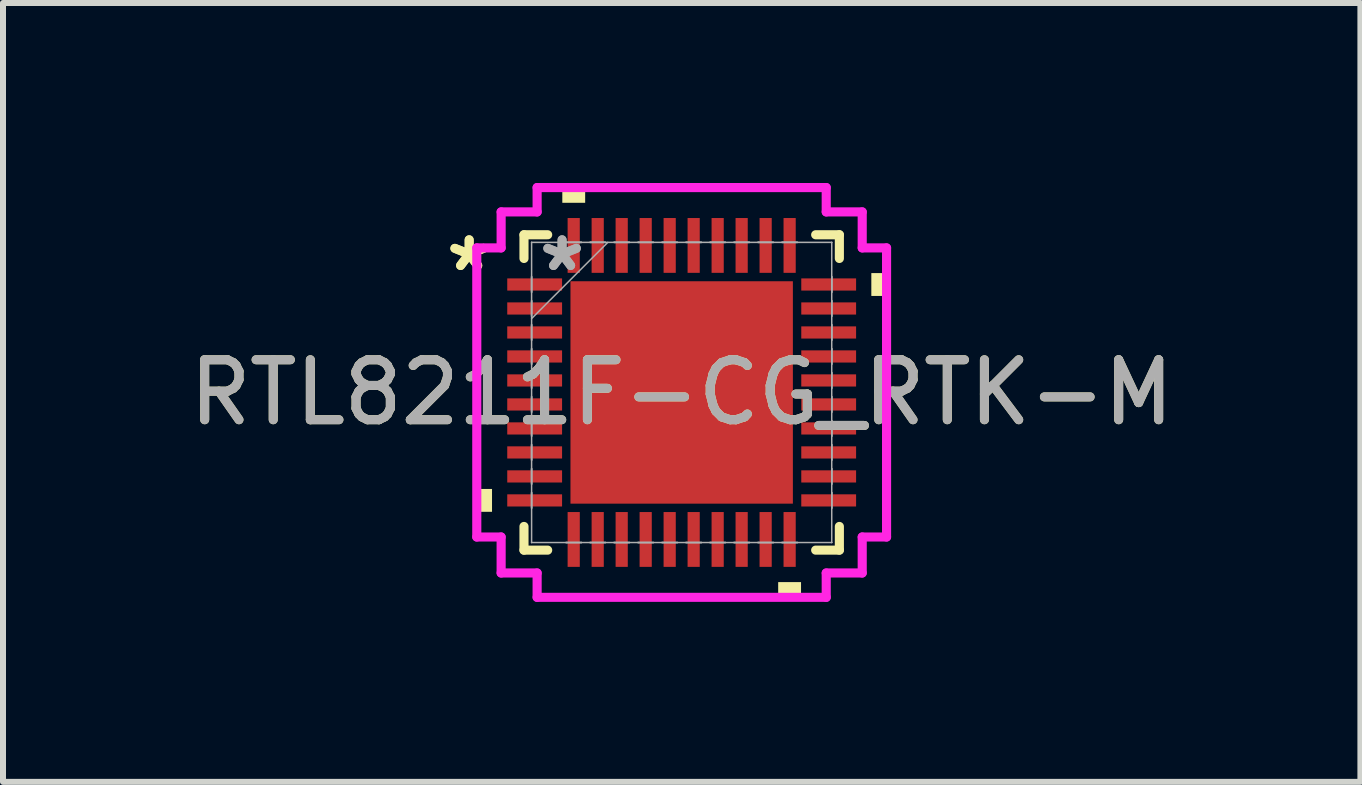
<source format=kicad_pcb>
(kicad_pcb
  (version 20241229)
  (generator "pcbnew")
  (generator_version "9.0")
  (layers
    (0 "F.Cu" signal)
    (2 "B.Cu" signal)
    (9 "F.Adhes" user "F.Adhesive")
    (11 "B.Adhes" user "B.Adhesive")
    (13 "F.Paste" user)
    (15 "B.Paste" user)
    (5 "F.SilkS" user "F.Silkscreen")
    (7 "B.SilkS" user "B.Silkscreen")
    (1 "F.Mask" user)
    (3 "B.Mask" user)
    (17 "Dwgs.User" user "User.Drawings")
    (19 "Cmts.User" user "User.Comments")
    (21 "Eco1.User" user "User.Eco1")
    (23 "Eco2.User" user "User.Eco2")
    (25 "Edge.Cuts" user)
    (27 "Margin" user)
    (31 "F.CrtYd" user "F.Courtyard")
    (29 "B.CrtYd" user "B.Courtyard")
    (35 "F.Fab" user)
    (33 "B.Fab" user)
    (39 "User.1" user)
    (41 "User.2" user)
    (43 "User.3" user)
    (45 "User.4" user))
  (footprint "RTL8211F-CG_RTK-M"
    (layer "F.Cu")
    (at 8.315 3.493)
    (property "Reference" "RTL8211F-CG_RTK-M" (at 0 0 0) (unlocked yes) (layer "F.SilkS") (effects (font (size 1 1) (thickness 0.15))))
    (attr smd)
    (fp_line (start -2.629 -2.629) (end -2.629 -2.234) (stroke (width 0.152) (type solid)) (layer "F.SilkS"))
    (fp_line (start -2.629 2.234) (end -2.629 2.629) (stroke (width 0.152) (type solid)) (layer "F.SilkS"))
    (fp_line (start -2.629 2.629) (end -2.234 2.629) (stroke (width 0.152) (type solid)) (layer "F.SilkS"))
    (fp_line (start -2.234 -2.629) (end -2.629 -2.629) (stroke (width 0.152) (type solid)) (layer "F.SilkS"))
    (fp_line (start 2.234 2.629) (end 2.629 2.629) (stroke (width 0.152) (type solid)) (layer "F.SilkS"))
    (fp_line (start 2.629 -2.629) (end 2.234 -2.629) (stroke (width 0.152) (type solid)) (layer "F.SilkS"))
    (fp_line (start 2.629 -2.234) (end 2.629 -2.629) (stroke (width 0.152) (type solid)) (layer "F.SilkS"))
    (fp_line (start 2.629 2.629) (end 2.629 2.234) (stroke (width 0.152) (type solid)) (layer "F.SilkS"))
    (fp_poly (pts (xy -3.416 1.609) (xy -3.416 1.99) (xy -3.162 1.99) (xy -3.162 1.609)) (stroke (width 0) (type solid)) (fill yes) (layer "F.SilkS"))
    (fp_poly (pts (xy -1.99 -3.162) (xy -1.99 -3.416) (xy -1.609 -3.416) (xy -1.609 -3.162)) (stroke (width 0) (type solid)) (fill yes) (layer "F.SilkS"))
    (fp_poly (pts (xy 1.609 3.162) (xy 1.609 3.416) (xy 1.99 3.416) (xy 1.99 3.162)) (stroke (width 0) (type solid)) (fill yes) (layer "F.SilkS"))
    (fp_poly (pts (xy 3.416 -1.99) (xy 3.416 -1.609) (xy 3.162 -1.609) (xy 3.162 -1.99)) (stroke (width 0) (type solid)) (fill yes) (layer "F.SilkS"))
    (fp_poly (pts (xy -1.754 -1.754) (xy -1.754 -0.1) (xy -0.1 -0.1) (xy -0.1 -1.754)) (stroke (width 0) (type solid)) (fill yes) (layer "F.Paste"))
    (fp_poly (pts (xy -1.754 0.1) (xy -1.754 1.754) (xy -0.1 1.754) (xy -0.1 0.1)) (stroke (width 0) (type solid)) (fill yes) (layer "F.Paste"))
    (fp_poly (pts (xy 0.1 -1.754) (xy 0.1 -0.1) (xy 1.754 -0.1) (xy 1.754 -1.754)) (stroke (width 0) (type solid)) (fill yes) (layer "F.Paste"))
    (fp_poly (pts (xy 0.1 0.1) (xy 0.1 1.754) (xy 1.754 1.754) (xy 1.754 0.1)) (stroke (width 0) (type solid)) (fill yes) (layer "F.Paste"))
    (fp_line (start -3.416 -2.41) (end -3.01 -2.41) (stroke (width 0.152) (type solid)) (layer "F.CrtYd"))
    (fp_line (start -3.416 2.41) (end -3.416 -2.41) (stroke (width 0.152) (type solid)) (layer "F.CrtYd"))
    (fp_line (start -3.01 -3.01) (end -2.41 -3.01) (stroke (width 0.152) (type solid)) (layer "F.CrtYd"))
    (fp_line (start -3.01 -2.41) (end -3.01 -3.01) (stroke (width 0.152) (type solid)) (layer "F.CrtYd"))
    (fp_line (start -3.01 2.41) (end -3.416 2.41) (stroke (width 0.152) (type solid)) (layer "F.CrtYd"))
    (fp_line (start -3.01 3.01) (end -3.01 2.41) (stroke (width 0.152) (type solid)) (layer "F.CrtYd"))
    (fp_line (start -2.41 -3.416) (end 2.41 -3.416) (stroke (width 0.152) (type solid)) (layer "F.CrtYd"))
    (fp_line (start -2.41 -3.01) (end -2.41 -3.416) (stroke (width 0.152) (type solid)) (layer "F.CrtYd"))
    (fp_line (start -2.41 3.01) (end -3.01 3.01) (stroke (width 0.152) (type solid)) (layer "F.CrtYd"))
    (fp_line (start -2.41 3.416) (end -2.41 3.01) (stroke (width 0.152) (type solid)) (layer "F.CrtYd"))
    (fp_line (start 2.41 -3.416) (end 2.41 -3.01) (stroke (width 0.152) (type solid)) (layer "F.CrtYd"))
    (fp_line (start 2.41 -3.01) (end 3.01 -3.01) (stroke (width 0.152) (type solid)) (layer "F.CrtYd"))
    (fp_line (start 2.41 3.01) (end 2.41 3.416) (stroke (width 0.152) (type solid)) (layer "F.CrtYd"))
    (fp_line (start 2.41 3.416) (end -2.41 3.416) (stroke (width 0.152) (type solid)) (layer "F.CrtYd"))
    (fp_line (start 3.01 -3.01) (end 3.01 -2.41) (stroke (width 0.152) (type solid)) (layer "F.CrtYd"))
    (fp_line (start 3.01 -2.41) (end 3.416 -2.41) (stroke (width 0.152) (type solid)) (layer "F.CrtYd"))
    (fp_line (start 3.01 2.41) (end 3.01 3.01) (stroke (width 0.152) (type solid)) (layer "F.CrtYd"))
    (fp_line (start 3.01 3.01) (end 2.41 3.01) (stroke (width 0.152) (type solid)) (layer "F.CrtYd"))
    (fp_line (start 3.416 -2.41) (end 3.416 2.41) (stroke (width 0.152) (type solid)) (layer "F.CrtYd"))
    (fp_line (start 3.416 2.41) (end 3.01 2.41) (stroke (width 0.152) (type solid)) (layer "F.CrtYd"))
    (fp_line (start -2.502 -2.502) (end -2.502 -2.502) (stroke (width 0.025) (type solid)) (layer "F.Fab"))
    (fp_line (start -2.502 -2.502) (end -2.502 2.502) (stroke (width 0.025) (type solid)) (layer "F.Fab"))
    (fp_line (start -2.502 -1.927) (end -2.502 -1.927) (stroke (width 0.025) (type solid)) (layer "F.Fab"))
    (fp_line (start -2.502 -1.927) (end -2.502 -1.673) (stroke (width 0.025) (type solid)) (layer "F.Fab"))
    (fp_line (start -2.502 -1.673) (end -2.502 -1.927) (stroke (width 0.025) (type solid)) (layer "F.Fab"))
    (fp_line (start -2.502 -1.673) (end -2.502 -1.673) (stroke (width 0.025) (type solid)) (layer "F.Fab"))
    (fp_line (start -2.502 -1.527) (end -2.502 -1.527) (stroke (width 0.025) (type solid)) (layer "F.Fab"))
    (fp_line (start -2.502 -1.527) (end -2.502 -1.273) (stroke (width 0.025) (type solid)) (layer "F.Fab"))
    (fp_line (start -2.502 -1.273) (end -2.502 -1.527) (stroke (width 0.025) (type solid)) (layer "F.Fab"))
    (fp_line (start -2.502 -1.273) (end -2.502 -1.273) (stroke (width 0.025) (type solid)) (layer "F.Fab"))
    (fp_line (start -2.502 -1.232) (end -1.232 -2.502) (stroke (width 0.025) (type solid)) (layer "F.Fab"))
    (fp_line (start -2.502 -1.127) (end -2.502 -1.127) (stroke (width 0.025) (type solid)) (layer "F.Fab"))
    (fp_line (start -2.502 -1.127) (end -2.502 -0.873) (stroke (width 0.025) (type solid)) (layer "F.Fab"))
    (fp_line (start -2.502 -0.873) (end -2.502 -1.127) (stroke (width 0.025) (type solid)) (layer "F.Fab"))
    (fp_line (start -2.502 -0.873) (end -2.502 -0.873) (stroke (width 0.025) (type solid)) (layer "F.Fab"))
    (fp_line (start -2.502 -0.727) (end -2.502 -0.727) (stroke (width 0.025) (type solid)) (layer "F.Fab"))
    (fp_line (start -2.502 -0.727) (end -2.502 -0.473) (stroke (width 0.025) (type solid)) (layer "F.Fab"))
    (fp_line (start -2.502 -0.473) (end -2.502 -0.727) (stroke (width 0.025) (type solid)) (layer "F.Fab"))
    (fp_line (start -2.502 -0.473) (end -2.502 -0.473) (stroke (width 0.025) (type solid)) (layer "F.Fab"))
    (fp_line (start -2.502 -0.327) (end -2.502 -0.327) (stroke (width 0.025) (type solid)) (layer "F.Fab"))
    (fp_line (start -2.502 -0.327) (end -2.502 -0.073) (stroke (width 0.025) (type solid)) (layer "F.Fab"))
    (fp_line (start -2.502 -0.073) (end -2.502 -0.327) (stroke (width 0.025) (type solid)) (layer "F.Fab"))
    (fp_line (start -2.502 -0.073) (end -2.502 -0.073) (stroke (width 0.025) (type solid)) (layer "F.Fab"))
    (fp_line (start -2.502 0.073) (end -2.502 0.073) (stroke (width 0.025) (type solid)) (layer "F.Fab"))
    (fp_line (start -2.502 0.073) (end -2.502 0.327) (stroke (width 0.025) (type solid)) (layer "F.Fab"))
    (fp_line (start -2.502 0.327) (end -2.502 0.073) (stroke (width 0.025) (type solid)) (layer "F.Fab"))
    (fp_line (start -2.502 0.327) (end -2.502 0.327) (stroke (width 0.025) (type solid)) (layer "F.Fab"))
    (fp_line (start -2.502 0.473) (end -2.502 0.473) (stroke (width 0.025) (type solid)) (layer "F.Fab"))
    (fp_line (start -2.502 0.473) (end -2.502 0.727) (stroke (width 0.025) (type solid)) (layer "F.Fab"))
    (fp_line (start -2.502 0.727) (end -2.502 0.473) (stroke (width 0.025) (type solid)) (layer "F.Fab"))
    (fp_line (start -2.502 0.727) (end -2.502 0.727) (stroke (width 0.025) (type solid)) (layer "F.Fab"))
    (fp_line (start -2.502 0.873) (end -2.502 0.873) (stroke (width 0.025) (type solid)) (layer "F.Fab"))
    (fp_line (start -2.502 0.873) (end -2.502 1.127) (stroke (width 0.025) (type solid)) (layer "F.Fab"))
    (fp_line (start -2.502 1.127) (end -2.502 0.873) (stroke (width 0.025) (type solid)) (layer "F.Fab"))
    (fp_line (start -2.502 1.127) (end -2.502 1.127) (stroke (width 0.025) (type solid)) (layer "F.Fab"))
    (fp_line (start -2.502 1.273) (end -2.502 1.273) (stroke (width 0.025) (type solid)) (layer "F.Fab"))
    (fp_line (start -2.502 1.273) (end -2.502 1.527) (stroke (width 0.025) (type solid)) (layer "F.Fab"))
    (fp_line (start -2.502 1.527) (end -2.502 1.273) (stroke (width 0.025) (type solid)) (layer "F.Fab"))
    (fp_line (start -2.502 1.527) (end -2.502 1.527) (stroke (width 0.025) (type solid)) (layer "F.Fab"))
    (fp_line (start -2.502 1.673) (end -2.502 1.673) (stroke (width 0.025) (type solid)) (layer "F.Fab"))
    (fp_line (start -2.502 1.673) (end -2.502 1.927) (stroke (width 0.025) (type solid)) (layer "F.Fab"))
    (fp_line (start -2.502 1.927) (end -2.502 1.673) (stroke (width 0.025) (type solid)) (layer "F.Fab"))
    (fp_line (start -2.502 1.927) (end -2.502 1.927) (stroke (width 0.025) (type solid)) (layer "F.Fab"))
    (fp_line (start -2.502 2.502) (end -2.502 2.502) (stroke (width 0.025) (type solid)) (layer "F.Fab"))
    (fp_line (start -2.502 2.502) (end 2.502 2.502) (stroke (width 0.025) (type solid)) (layer "F.Fab"))
    (fp_line (start -1.927 -2.502) (end -1.927 -2.502) (stroke (width 0.025) (type solid)) (layer "F.Fab"))
    (fp_line (start -1.927 -2.502) (end -1.673 -2.502) (stroke (width 0.025) (type solid)) (layer "F.Fab"))
    (fp_line (start -1.927 2.502) (end -1.927 2.502) (stroke (width 0.025) (type solid)) (layer "F.Fab"))
    (fp_line (start -1.927 2.502) (end -1.673 2.502) (stroke (width 0.025) (type solid)) (layer "F.Fab"))
    (fp_line (start -1.673 -2.502) (end -1.927 -2.502) (stroke (width 0.025) (type solid)) (layer "F.Fab"))
    (fp_line (start -1.673 -2.502) (end -1.673 -2.502) (stroke (width 0.025) (type solid)) (layer "F.Fab"))
    (fp_line (start -1.673 2.502) (end -1.927 2.502) (stroke (width 0.025) (type solid)) (layer "F.Fab"))
    (fp_line (start -1.673 2.502) (end -1.673 2.502) (stroke (width 0.025) (type solid)) (layer "F.Fab"))
    (fp_line (start -1.527 -2.502) (end -1.527 -2.502) (stroke (width 0.025) (type solid)) (layer "F.Fab"))
    (fp_line (start -1.527 -2.502) (end -1.273 -2.502) (stroke (width 0.025) (type solid)) (layer "F.Fab"))
    (fp_line (start -1.527 2.502) (end -1.527 2.502) (stroke (width 0.025) (type solid)) (layer "F.Fab"))
    (fp_line (start -1.527 2.502) (end -1.273 2.502) (stroke (width 0.025) (type solid)) (layer "F.Fab"))
    (fp_line (start -1.273 -2.502) (end -1.527 -2.502) (stroke (width 0.025) (type solid)) (layer "F.Fab"))
    (fp_line (start -1.273 -2.502) (end -1.273 -2.502) (stroke (width 0.025) (type solid)) (layer "F.Fab"))
    (fp_line (start -1.273 2.502) (end -1.527 2.502) (stroke (width 0.025) (type solid)) (layer "F.Fab"))
    (fp_line (start -1.273 2.502) (end -1.273 2.502) (stroke (width 0.025) (type solid)) (layer "F.Fab"))
    (fp_line (start -1.127 -2.502) (end -1.127 -2.502) (stroke (width 0.025) (type solid)) (layer "F.Fab"))
    (fp_line (start -1.127 -2.502) (end -0.873 -2.502) (stroke (width 0.025) (type solid)) (layer "F.Fab"))
    (fp_line (start -1.127 2.502) (end -1.127 2.502) (stroke (width 0.025) (type solid)) (layer "F.Fab"))
    (fp_line (start -1.127 2.502) (end -0.873 2.502) (stroke (width 0.025) (type solid)) (layer "F.Fab"))
    (fp_line (start -0.873 -2.502) (end -1.127 -2.502) (stroke (width 0.025) (type solid)) (layer "F.Fab"))
    (fp_line (start -0.873 -2.502) (end -0.873 -2.502) (stroke (width 0.025) (type solid)) (layer "F.Fab"))
    (fp_line (start -0.873 2.502) (end -1.127 2.502) (stroke (width 0.025) (type solid)) (layer "F.Fab"))
    (fp_line (start -0.873 2.502) (end -0.873 2.502) (stroke (width 0.025) (type solid)) (layer "F.Fab"))
    (fp_line (start -0.727 -2.502) (end -0.727 -2.502) (stroke (width 0.025) (type solid)) (layer "F.Fab"))
    (fp_line (start -0.727 -2.502) (end -0.473 -2.502) (stroke (width 0.025) (type solid)) (layer "F.Fab"))
    (fp_line (start -0.727 2.502) (end -0.727 2.502) (stroke (width 0.025) (type solid)) (layer "F.Fab"))
    (fp_line (start -0.727 2.502) (end -0.473 2.502) (stroke (width 0.025) (type solid)) (layer "F.Fab"))
    (fp_line (start -0.473 -2.502) (end -0.727 -2.502) (stroke (width 0.025) (type solid)) (layer "F.Fab"))
    (fp_line (start -0.473 -2.502) (end -0.473 -2.502) (stroke (width 0.025) (type solid)) (layer "F.Fab"))
    (fp_line (start -0.473 2.502) (end -0.727 2.502) (stroke (width 0.025) (type solid)) (layer "F.Fab"))
    (fp_line (start -0.473 2.502) (end -0.473 2.502) (stroke (width 0.025) (type solid)) (layer "F.Fab"))
    (fp_line (start -0.327 -2.502) (end -0.327 -2.502) (stroke (width 0.025) (type solid)) (layer "F.Fab"))
    (fp_line (start -0.327 -2.502) (end -0.073 -2.502) (stroke (width 0.025) (type solid)) (layer "F.Fab"))
    (fp_line (start -0.327 2.502) (end -0.327 2.502) (stroke (width 0.025) (type solid)) (layer "F.Fab"))
    (fp_line (start -0.327 2.502) (end -0.073 2.502) (stroke (width 0.025) (type solid)) (layer "F.Fab"))
    (fp_line (start -0.073 -2.502) (end -0.327 -2.502) (stroke (width 0.025) (type solid)) (layer "F.Fab"))
    (fp_line (start -0.073 -2.502) (end -0.073 -2.502) (stroke (width 0.025) (type solid)) (layer "F.Fab"))
    (fp_line (start -0.073 2.502) (end -0.327 2.502) (stroke (width 0.025) (type solid)) (layer "F.Fab"))
    (fp_line (start -0.073 2.502) (end -0.073 2.502) (stroke (width 0.025) (type solid)) (layer "F.Fab"))
    (fp_line (start 0.073 -2.502) (end 0.073 -2.502) (stroke (width 0.025) (type solid)) (layer "F.Fab"))
    (fp_line (start 0.073 -2.502) (end 0.327 -2.502) (stroke (width 0.025) (type solid)) (layer "F.Fab"))
    (fp_line (start 0.073 2.502) (end 0.073 2.502) (stroke (width 0.025) (type solid)) (layer "F.Fab"))
    (fp_line (start 0.073 2.502) (end 0.327 2.502) (stroke (width 0.025) (type solid)) (layer "F.Fab"))
    (fp_line (start 0.327 -2.502) (end 0.073 -2.502) (stroke (width 0.025) (type solid)) (layer "F.Fab"))
    (fp_line (start 0.327 -2.502) (end 0.327 -2.502) (stroke (width 0.025) (type solid)) (layer "F.Fab"))
    (fp_line (start 0.327 2.502) (end 0.073 2.502) (stroke (width 0.025) (type solid)) (layer "F.Fab"))
    (fp_line (start 0.327 2.502) (end 0.327 2.502) (stroke (width 0.025) (type solid)) (layer "F.Fab"))
    (fp_line (start 0.473 -2.502) (end 0.473 -2.502) (stroke (width 0.025) (type solid)) (layer "F.Fab"))
    (fp_line (start 0.473 -2.502) (end 0.727 -2.502) (stroke (width 0.025) (type solid)) (layer "F.Fab"))
    (fp_line (start 0.473 2.502) (end 0.473 2.502) (stroke (width 0.025) (type solid)) (layer "F.Fab"))
    (fp_line (start 0.473 2.502) (end 0.727 2.502) (stroke (width 0.025) (type solid)) (layer "F.Fab"))
    (fp_line (start 0.727 -2.502) (end 0.473 -2.502) (stroke (width 0.025) (type solid)) (layer "F.Fab"))
    (fp_line (start 0.727 -2.502) (end 0.727 -2.502) (stroke (width 0.025) (type solid)) (layer "F.Fab"))
    (fp_line (start 0.727 2.502) (end 0.473 2.502) (stroke (width 0.025) (type solid)) (layer "F.Fab"))
    (fp_line (start 0.727 2.502) (end 0.727 2.502) (stroke (width 0.025) (type solid)) (layer "F.Fab"))
    (fp_line (start 0.873 -2.502) (end 0.873 -2.502) (stroke (width 0.025) (type solid)) (layer "F.Fab"))
    (fp_line (start 0.873 -2.502) (end 1.127 -2.502) (stroke (width 0.025) (type solid)) (layer "F.Fab"))
    (fp_line (start 0.873 2.502) (end 0.873 2.502) (stroke (width 0.025) (type solid)) (layer "F.Fab"))
    (fp_line (start 0.873 2.502) (end 1.127 2.502) (stroke (width 0.025) (type solid)) (layer "F.Fab"))
    (fp_line (start 1.127 -2.502) (end 0.873 -2.502) (stroke (width 0.025) (type solid)) (layer "F.Fab"))
    (fp_line (start 1.127 -2.502) (end 1.127 -2.502) (stroke (width 0.025) (type solid)) (layer "F.Fab"))
    (fp_line (start 1.127 2.502) (end 0.873 2.502) (stroke (width 0.025) (type solid)) (layer "F.Fab"))
    (fp_line (start 1.127 2.502) (end 1.127 2.502) (stroke (width 0.025) (type solid)) (layer "F.Fab"))
    (fp_line (start 1.273 -2.502) (end 1.273 -2.502) (stroke (width 0.025) (type solid)) (layer "F.Fab"))
    (fp_line (start 1.273 -2.502) (end 1.527 -2.502) (stroke (width 0.025) (type solid)) (layer "F.Fab"))
    (fp_line (start 1.273 2.502) (end 1.273 2.502) (stroke (width 0.025) (type solid)) (layer "F.Fab"))
    (fp_line (start 1.273 2.502) (end 1.527 2.502) (stroke (width 0.025) (type solid)) (layer "F.Fab"))
    (fp_line (start 1.527 -2.502) (end 1.273 -2.502) (stroke (width 0.025) (type solid)) (layer "F.Fab"))
    (fp_line (start 1.527 -2.502) (end 1.527 -2.502) (stroke (width 0.025) (type solid)) (layer "F.Fab"))
    (fp_line (start 1.527 2.502) (end 1.273 2.502) (stroke (width 0.025) (type solid)) (layer "F.Fab"))
    (fp_line (start 1.527 2.502) (end 1.527 2.502) (stroke (width 0.025) (type solid)) (layer "F.Fab"))
    (fp_line (start 1.673 -2.502) (end 1.673 -2.502) (stroke (width 0.025) (type solid)) (layer "F.Fab"))
    (fp_line (start 1.673 -2.502) (end 1.927 -2.502) (stroke (width 0.025) (type solid)) (layer "F.Fab"))
    (fp_line (start 1.673 2.502) (end 1.673 2.502) (stroke (width 0.025) (type solid)) (layer "F.Fab"))
    (fp_line (start 1.673 2.502) (end 1.927 2.502) (stroke (width 0.025) (type solid)) (layer "F.Fab"))
    (fp_line (start 1.927 -2.502) (end 1.673 -2.502) (stroke (width 0.025) (type solid)) (layer "F.Fab"))
    (fp_line (start 1.927 -2.502) (end 1.927 -2.502) (stroke (width 0.025) (type solid)) (layer "F.Fab"))
    (fp_line (start 1.927 2.502) (end 1.673 2.502) (stroke (width 0.025) (type solid)) (layer "F.Fab"))
    (fp_line (start 1.927 2.502) (end 1.927 2.502) (stroke (width 0.025) (type solid)) (layer "F.Fab"))
    (fp_line (start 2.502 -2.502) (end -2.502 -2.502) (stroke (width 0.025) (type solid)) (layer "F.Fab"))
    (fp_line (start 2.502 -2.502) (end 2.502 -2.502) (stroke (width 0.025) (type solid)) (layer "F.Fab"))
    (fp_line (start 2.502 -1.927) (end 2.502 -1.927) (stroke (width 0.025) (type solid)) (layer "F.Fab"))
    (fp_line (start 2.502 -1.927) (end 2.502 -1.673) (stroke (width 0.025) (type solid)) (layer "F.Fab"))
    (fp_line (start 2.502 -1.673) (end 2.502 -1.927) (stroke (width 0.025) (type solid)) (layer "F.Fab"))
    (fp_line (start 2.502 -1.673) (end 2.502 -1.673) (stroke (width 0.025) (type solid)) (layer "F.Fab"))
    (fp_line (start 2.502 -1.527) (end 2.502 -1.527) (stroke (width 0.025) (type solid)) (layer "F.Fab"))
    (fp_line (start 2.502 -1.527) (end 2.502 -1.273) (stroke (width 0.025) (type solid)) (layer "F.Fab"))
    (fp_line (start 2.502 -1.273) (end 2.502 -1.527) (stroke (width 0.025) (type solid)) (layer "F.Fab"))
    (fp_line (start 2.502 -1.273) (end 2.502 -1.273) (stroke (width 0.025) (type solid)) (layer "F.Fab"))
    (fp_line (start 2.502 -1.127) (end 2.502 -1.127) (stroke (width 0.025) (type solid)) (layer "F.Fab"))
    (fp_line (start 2.502 -1.127) (end 2.502 -0.873) (stroke (width 0.025) (type solid)) (layer "F.Fab"))
    (fp_line (start 2.502 -0.873) (end 2.502 -1.127) (stroke (width 0.025) (type solid)) (layer "F.Fab"))
    (fp_line (start 2.502 -0.873) (end 2.502 -0.873) (stroke (width 0.025) (type solid)) (layer "F.Fab"))
    (fp_line (start 2.502 -0.727) (end 2.502 -0.727) (stroke (width 0.025) (type solid)) (layer "F.Fab"))
    (fp_line (start 2.502 -0.727) (end 2.502 -0.473) (stroke (width 0.025) (type solid)) (layer "F.Fab"))
    (fp_line (start 2.502 -0.473) (end 2.502 -0.727) (stroke (width 0.025) (type solid)) (layer "F.Fab"))
    (fp_line (start 2.502 -0.473) (end 2.502 -0.473) (stroke (width 0.025) (type solid)) (layer "F.Fab"))
    (fp_line (start 2.502 -0.327) (end 2.502 -0.327) (stroke (width 0.025) (type solid)) (layer "F.Fab"))
    (fp_line (start 2.502 -0.327) (end 2.502 -0.073) (stroke (width 0.025) (type solid)) (layer "F.Fab"))
    (fp_line (start 2.502 -0.073) (end 2.502 -0.327) (stroke (width 0.025) (type solid)) (layer "F.Fab"))
    (fp_line (start 2.502 -0.073) (end 2.502 -0.073) (stroke (width 0.025) (type solid)) (layer "F.Fab"))
    (fp_line (start 2.502 0.073) (end 2.502 0.073) (stroke (width 0.025) (type solid)) (layer "F.Fab"))
    (fp_line (start 2.502 0.073) (end 2.502 0.327) (stroke (width 0.025) (type solid)) (layer "F.Fab"))
    (fp_line (start 2.502 0.327) (end 2.502 0.073) (stroke (width 0.025) (type solid)) (layer "F.Fab"))
    (fp_line (start 2.502 0.327) (end 2.502 0.327) (stroke (width 0.025) (type solid)) (layer "F.Fab"))
    (fp_line (start 2.502 0.473) (end 2.502 0.473) (stroke (width 0.025) (type solid)) (layer "F.Fab"))
    (fp_line (start 2.502 0.473) (end 2.502 0.727) (stroke (width 0.025) (type solid)) (layer "F.Fab"))
    (fp_line (start 2.502 0.727) (end 2.502 0.473) (stroke (width 0.025) (type solid)) (layer "F.Fab"))
    (fp_line (start 2.502 0.727) (end 2.502 0.727) (stroke (width 0.025) (type solid)) (layer "F.Fab"))
    (fp_line (start 2.502 0.873) (end 2.502 0.873) (stroke (width 0.025) (type solid)) (layer "F.Fab"))
    (fp_line (start 2.502 0.873) (end 2.502 1.127) (stroke (width 0.025) (type solid)) (layer "F.Fab"))
    (fp_line (start 2.502 1.127) (end 2.502 0.873) (stroke (width 0.025) (type solid)) (layer "F.Fab"))
    (fp_line (start 2.502 1.127) (end 2.502 1.127) (stroke (width 0.025) (type solid)) (layer "F.Fab"))
    (fp_line (start 2.502 1.273) (end 2.502 1.273) (stroke (width 0.025) (type solid)) (layer "F.Fab"))
    (fp_line (start 2.502 1.273) (end 2.502 1.527) (stroke (width 0.025) (type solid)) (layer "F.Fab"))
    (fp_line (start 2.502 1.527) (end 2.502 1.273) (stroke (width 0.025) (type solid)) (layer "F.Fab"))
    (fp_line (start 2.502 1.527) (end 2.502 1.527) (stroke (width 0.025) (type solid)) (layer "F.Fab"))
    (fp_line (start 2.502 1.673) (end 2.502 1.673) (stroke (width 0.025) (type solid)) (layer "F.Fab"))
    (fp_line (start 2.502 1.673) (end 2.502 1.927) (stroke (width 0.025) (type solid)) (layer "F.Fab"))
    (fp_line (start 2.502 1.927) (end 2.502 1.673) (stroke (width 0.025) (type solid)) (layer "F.Fab"))
    (fp_line (start 2.502 1.927) (end 2.502 1.927) (stroke (width 0.025) (type solid)) (layer "F.Fab"))
    (fp_line (start 2.502 2.502) (end 2.502 -2.502) (stroke (width 0.025) (type solid)) (layer "F.Fab"))
    (fp_line (start 2.502 2.502) (end 2.502 2.502) (stroke (width 0.025) (type solid)) (layer "F.Fab"))
    (fp_text user "*" (at -3.543 -2 0) (unlocked yes) (layer "F.SilkS") (effects (font (size 1 1) (thickness 0.15))))
    (fp_text user "*" (at -3.543 -2 0) (layer "F.SilkS") (effects (font (size 1 1) (thickness 0.15))))
    (fp_text user "*" (at -1.994 -2 0) (unlocked yes) (layer "F.Fab") (effects (font (size 1 1) (thickness 0.15))))
    (fp_text user "${REFERENCE}" (at 0 0 0) (unlocked yes) (layer "F.Fab") (effects (font (size 1 1) (thickness 0.15))))
    (fp_text user "*" (at -1.994 -2 0) (layer "F.Fab") (effects (font (size 1 1) (thickness 0.15))))
    (pad "1" smd rect (at -2.451 -1.8 90) (size 0.203 0.914) (layers "F.Cu" "F.Mask" "F.Paste"))
    (pad "2" smd rect (at -2.451 -1.4 90) (size 0.203 0.914) (layers "F.Cu" "F.Mask" "F.Paste"))
    (pad "3" smd rect (at -2.451 -1 90) (size 0.203 0.914) (layers "F.Cu" "F.Mask" "F.Paste"))
    (pad "4" smd rect (at -2.451 -0.6 90) (size 0.203 0.914) (layers "F.Cu" "F.Mask" "F.Paste"))
    (pad "5" smd rect (at -2.451 -0.2 90) (size 0.203 0.914) (layers "F.Cu" "F.Mask" "F.Paste"))
    (pad "6" smd rect (at -2.451 0.2 90) (size 0.203 0.914) (layers "F.Cu" "F.Mask" "F.Paste"))
    (pad "7" smd rect (at -2.451 0.6 90) (size 0.203 0.914) (layers "F.Cu" "F.Mask" "F.Paste"))
    (pad "8" smd rect (at -2.451 1 90) (size 0.203 0.914) (layers "F.Cu" "F.Mask" "F.Paste"))
    (pad "9" smd rect (at -2.451 1.4 90) (size 0.203 0.914) (layers "F.Cu" "F.Mask" "F.Paste"))
    (pad "10" smd rect (at -2.451 1.8 90) (size 0.203 0.914) (layers "F.Cu" "F.Mask" "F.Paste"))
    (pad "11" smd rect (at -1.8 2.451) (size 0.203 0.914) (layers "F.Cu" "F.Mask" "F.Paste"))
    (pad "12" smd rect (at -1.4 2.451) (size 0.203 0.914) (layers "F.Cu" "F.Mask" "F.Paste"))
    (pad "13" smd rect (at -1 2.451) (size 0.203 0.914) (layers "F.Cu" "F.Mask" "F.Paste"))
    (pad "14" smd rect (at -0.6 2.451) (size 0.203 0.914) (layers "F.Cu" "F.Mask" "F.Paste"))
    (pad "15" smd rect (at -0.2 2.451) (size 0.203 0.914) (layers "F.Cu" "F.Mask" "F.Paste"))
    (pad "16" smd rect (at 0.2 2.451) (size 0.203 0.914) (layers "F.Cu" "F.Mask" "F.Paste"))
    (pad "17" smd rect (at 0.6 2.451) (size 0.203 0.914) (layers "F.Cu" "F.Mask" "F.Paste"))
    (pad "18" smd rect (at 1 2.451) (size 0.203 0.914) (layers "F.Cu" "F.Mask" "F.Paste"))
    (pad "19" smd rect (at 1.4 2.451) (size 0.203 0.914) (layers "F.Cu" "F.Mask" "F.Paste"))
    (pad "20" smd rect (at 1.8 2.451) (size 0.203 0.914) (layers "F.Cu" "F.Mask" "F.Paste"))
    (pad "21" smd rect (at 2.451 1.8 90) (size 0.203 0.914) (layers "F.Cu" "F.Mask" "F.Paste"))
    (pad "22" smd rect (at 2.451 1.4 90) (size 0.203 0.914) (layers "F.Cu" "F.Mask" "F.Paste"))
    (pad "23" smd rect (at 2.451 1 90) (size 0.203 0.914) (layers "F.Cu" "F.Mask" "F.Paste"))
    (pad "24" smd rect (at 2.451 0.6 90) (size 0.203 0.914) (layers "F.Cu" "F.Mask" "F.Paste"))
    (pad "25" smd rect (at 2.451 0.2 90) (size 0.203 0.914) (layers "F.Cu" "F.Mask" "F.Paste"))
    (pad "26" smd rect (at 2.451 -0.2 90) (size 0.203 0.914) (layers "F.Cu" "F.Mask" "F.Paste"))
    (pad "27" smd rect (at 2.451 -0.6 90) (size 0.203 0.914) (layers "F.Cu" "F.Mask" "F.Paste"))
    (pad "28" smd rect (at 2.451 -1 90) (size 0.203 0.914) (layers "F.Cu" "F.Mask" "F.Paste"))
    (pad "29" smd rect (at 2.451 -1.4 90) (size 0.203 0.914) (layers "F.Cu" "F.Mask" "F.Paste"))
    (pad "30" smd rect (at 2.451 -1.8 90) (size 0.203 0.914) (layers "F.Cu" "F.Mask" "F.Paste"))
    (pad "31" smd rect (at 1.8 -2.451) (size 0.203 0.914) (layers "F.Cu" "F.Mask" "F.Paste"))
    (pad "32" smd rect (at 1.4 -2.451) (size 0.203 0.914) (layers "F.Cu" "F.Mask" "F.Paste"))
    (pad "33" smd rect (at 1 -2.451) (size 0.203 0.914) (layers "F.Cu" "F.Mask" "F.Paste"))
    (pad "34" smd rect (at 0.6 -2.451) (size 0.203 0.914) (layers "F.Cu" "F.Mask" "F.Paste"))
    (pad "35" smd rect (at 0.2 -2.451) (size 0.203 0.914) (layers "F.Cu" "F.Mask" "F.Paste"))
    (pad "36" smd rect (at -0.2 -2.451) (size 0.203 0.914) (layers "F.Cu" "F.Mask" "F.Paste"))
    (pad "37" smd rect (at -0.6 -2.451) (size 0.203 0.914) (layers "F.Cu" "F.Mask" "F.Paste"))
    (pad "38" smd rect (at -1 -2.451) (size 0.203 0.914) (layers "F.Cu" "F.Mask" "F.Paste"))
    (pad "39" smd rect (at -1.4 -2.451) (size 0.203 0.914) (layers "F.Cu" "F.Mask" "F.Paste"))
    (pad "40" smd rect (at -1.8 -2.451) (size 0.203 0.914) (layers "F.Cu" "F.Mask" "F.Paste"))
    (pad "41" smd rect (at 0 0) (size 3.708 3.708) (layers "F.Cu" "F.Mask" "F.Paste")))
  (gr_rect
    (start -3 -3)
    (end 19.631 9.985)
    (stroke (width 0.1) (type default))
    (fill no)
    (layer "Edge.Cuts")))
</source>
